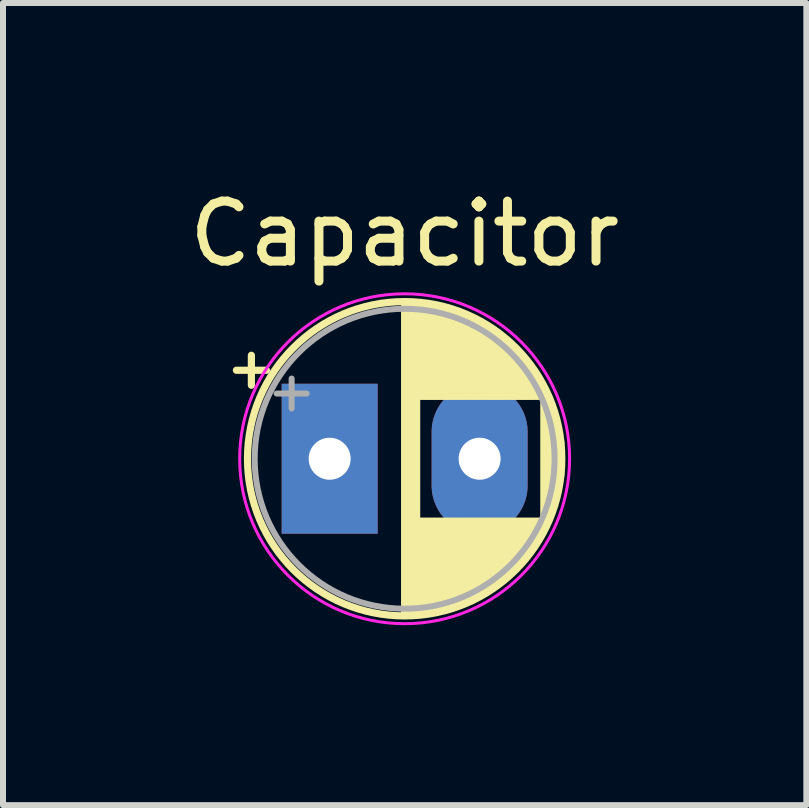
<source format=kicad_pcb>
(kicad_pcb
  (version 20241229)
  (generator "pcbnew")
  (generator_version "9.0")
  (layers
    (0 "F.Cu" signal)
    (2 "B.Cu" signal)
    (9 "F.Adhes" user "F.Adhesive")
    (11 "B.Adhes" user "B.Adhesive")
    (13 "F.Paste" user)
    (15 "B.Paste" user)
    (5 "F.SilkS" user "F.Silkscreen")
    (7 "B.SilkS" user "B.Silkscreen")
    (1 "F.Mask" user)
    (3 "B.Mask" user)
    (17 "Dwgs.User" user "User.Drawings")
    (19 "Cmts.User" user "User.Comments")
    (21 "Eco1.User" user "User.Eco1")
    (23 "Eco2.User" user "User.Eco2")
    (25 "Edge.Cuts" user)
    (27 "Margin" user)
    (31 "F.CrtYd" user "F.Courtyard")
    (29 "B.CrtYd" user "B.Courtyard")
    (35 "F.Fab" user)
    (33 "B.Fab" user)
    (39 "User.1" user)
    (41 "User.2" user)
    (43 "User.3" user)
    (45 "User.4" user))
  (footprint "Capacitor"
    (layer "F.Cu")
    (at 2.446 4.598)
    (property "Reference" "Capacitor" (at 1.25 -3.75 0) (layer "F.SilkS") (effects (font (size 1 1) (thickness 0.15))))
    (attr through_hole)
    (fp_line (start -1.555 -1.475) (end -1.055 -1.475) (stroke (width 0.12) (type solid)) (layer "F.SilkS"))
    (fp_line (start -1.305 -1.725) (end -1.305 -1.225) (stroke (width 0.12) (type solid)) (layer "F.SilkS"))
    (fp_line (start 1.25 -2.58) (end 1.25 2.58) (stroke (width 0.12) (type solid)) (layer "F.SilkS"))
    (fp_line (start 1.29 -2.58) (end 1.29 2.58) (stroke (width 0.12) (type solid)) (layer "F.SilkS"))
    (fp_line (start 1.33 -2.579) (end 1.33 2.579) (stroke (width 0.12) (type solid)) (layer "F.SilkS"))
    (fp_line (start 1.37 -2.578) (end 1.37 2.578) (stroke (width 0.12) (type solid)) (layer "F.SilkS"))
    (fp_line (start 1.41 -2.576) (end 1.41 2.576) (stroke (width 0.12) (type solid)) (layer "F.SilkS"))
    (fp_line (start 1.45 -2.573) (end 1.45 2.573) (stroke (width 0.12) (type solid)) (layer "F.SilkS"))
    (fp_line (start 1.49 -2.569) (end 1.49 -1.04) (stroke (width 0.12) (type solid)) (layer "F.SilkS"))
    (fp_line (start 1.49 1.04) (end 1.49 2.569) (stroke (width 0.12) (type solid)) (layer "F.SilkS"))
    (fp_line (start 1.53 -2.565) (end 1.53 -1.04) (stroke (width 0.12) (type solid)) (layer "F.SilkS"))
    (fp_line (start 1.53 1.04) (end 1.53 2.565) (stroke (width 0.12) (type solid)) (layer "F.SilkS"))
    (fp_line (start 1.57 -2.561) (end 1.57 -1.04) (stroke (width 0.12) (type solid)) (layer "F.SilkS"))
    (fp_line (start 1.57 1.04) (end 1.57 2.561) (stroke (width 0.12) (type solid)) (layer "F.SilkS"))
    (fp_line (start 1.61 -2.556) (end 1.61 -1.04) (stroke (width 0.12) (type solid)) (layer "F.SilkS"))
    (fp_line (start 1.61 1.04) (end 1.61 2.556) (stroke (width 0.12) (type solid)) (layer "F.SilkS"))
    (fp_line (start 1.65 -2.55) (end 1.65 -1.04) (stroke (width 0.12) (type solid)) (layer "F.SilkS"))
    (fp_line (start 1.65 1.04) (end 1.65 2.55) (stroke (width 0.12) (type solid)) (layer "F.SilkS"))
    (fp_line (start 1.69 -2.543) (end 1.69 -1.04) (stroke (width 0.12) (type solid)) (layer "F.SilkS"))
    (fp_line (start 1.69 1.04) (end 1.69 2.543) (stroke (width 0.12) (type solid)) (layer "F.SilkS"))
    (fp_line (start 1.73 -2.536) (end 1.73 -1.04) (stroke (width 0.12) (type solid)) (layer "F.SilkS"))
    (fp_line (start 1.73 1.04) (end 1.73 2.536) (stroke (width 0.12) (type solid)) (layer "F.SilkS"))
    (fp_line (start 1.77 -2.528) (end 1.77 -1.04) (stroke (width 0.12) (type solid)) (layer "F.SilkS"))
    (fp_line (start 1.77 1.04) (end 1.77 2.528) (stroke (width 0.12) (type solid)) (layer "F.SilkS"))
    (fp_line (start 1.81 -2.52) (end 1.81 -1.04) (stroke (width 0.12) (type solid)) (layer "F.SilkS"))
    (fp_line (start 1.81 1.04) (end 1.81 2.52) (stroke (width 0.12) (type solid)) (layer "F.SilkS"))
    (fp_line (start 1.85 -2.511) (end 1.85 -1.04) (stroke (width 0.12) (type solid)) (layer "F.SilkS"))
    (fp_line (start 1.85 1.04) (end 1.85 2.511) (stroke (width 0.12) (type solid)) (layer "F.SilkS"))
    (fp_line (start 1.89 -2.501) (end 1.89 -1.04) (stroke (width 0.12) (type solid)) (layer "F.SilkS"))
    (fp_line (start 1.89 1.04) (end 1.89 2.501) (stroke (width 0.12) (type solid)) (layer "F.SilkS"))
    (fp_line (start 1.93 -2.491) (end 1.93 -1.04) (stroke (width 0.12) (type solid)) (layer "F.SilkS"))
    (fp_line (start 1.93 1.04) (end 1.93 2.491) (stroke (width 0.12) (type solid)) (layer "F.SilkS"))
    (fp_line (start 1.971 -2.48) (end 1.971 -1.04) (stroke (width 0.12) (type solid)) (layer "F.SilkS"))
    (fp_line (start 1.971 1.04) (end 1.971 2.48) (stroke (width 0.12) (type solid)) (layer "F.SilkS"))
    (fp_line (start 2.011 -2.468) (end 2.011 -1.04) (stroke (width 0.12) (type solid)) (layer "F.SilkS"))
    (fp_line (start 2.011 1.04) (end 2.011 2.468) (stroke (width 0.12) (type solid)) (layer "F.SilkS"))
    (fp_line (start 2.051 -2.455) (end 2.051 -1.04) (stroke (width 0.12) (type solid)) (layer "F.SilkS"))
    (fp_line (start 2.051 1.04) (end 2.051 2.455) (stroke (width 0.12) (type solid)) (layer "F.SilkS"))
    (fp_line (start 2.091 -2.442) (end 2.091 -1.04) (stroke (width 0.12) (type solid)) (layer "F.SilkS"))
    (fp_line (start 2.091 1.04) (end 2.091 2.442) (stroke (width 0.12) (type solid)) (layer "F.SilkS"))
    (fp_line (start 2.131 -2.428) (end 2.131 -1.04) (stroke (width 0.12) (type solid)) (layer "F.SilkS"))
    (fp_line (start 2.131 1.04) (end 2.131 2.428) (stroke (width 0.12) (type solid)) (layer "F.SilkS"))
    (fp_line (start 2.171 -2.414) (end 2.171 -1.04) (stroke (width 0.12) (type solid)) (layer "F.SilkS"))
    (fp_line (start 2.171 1.04) (end 2.171 2.414) (stroke (width 0.12) (type solid)) (layer "F.SilkS"))
    (fp_line (start 2.211 -2.398) (end 2.211 -1.04) (stroke (width 0.12) (type solid)) (layer "F.SilkS"))
    (fp_line (start 2.211 1.04) (end 2.211 2.398) (stroke (width 0.12) (type solid)) (layer "F.SilkS"))
    (fp_line (start 2.251 -2.382) (end 2.251 -1.04) (stroke (width 0.12) (type solid)) (layer "F.SilkS"))
    (fp_line (start 2.251 1.04) (end 2.251 2.382) (stroke (width 0.12) (type solid)) (layer "F.SilkS"))
    (fp_line (start 2.291 -2.365) (end 2.291 -1.04) (stroke (width 0.12) (type solid)) (layer "F.SilkS"))
    (fp_line (start 2.291 1.04) (end 2.291 2.365) (stroke (width 0.12) (type solid)) (layer "F.SilkS"))
    (fp_line (start 2.331 -2.348) (end 2.331 -1.04) (stroke (width 0.12) (type solid)) (layer "F.SilkS"))
    (fp_line (start 2.331 1.04) (end 2.331 2.348) (stroke (width 0.12) (type solid)) (layer "F.SilkS"))
    (fp_line (start 2.371 -2.329) (end 2.371 -1.04) (stroke (width 0.12) (type solid)) (layer "F.SilkS"))
    (fp_line (start 2.371 1.04) (end 2.371 2.329) (stroke (width 0.12) (type solid)) (layer "F.SilkS"))
    (fp_line (start 2.411 -2.31) (end 2.411 -1.04) (stroke (width 0.12) (type solid)) (layer "F.SilkS"))
    (fp_line (start 2.411 1.04) (end 2.411 2.31) (stroke (width 0.12) (type solid)) (layer "F.SilkS"))
    (fp_line (start 2.451 -2.29) (end 2.451 -1.04) (stroke (width 0.12) (type solid)) (layer "F.SilkS"))
    (fp_line (start 2.451 1.04) (end 2.451 2.29) (stroke (width 0.12) (type solid)) (layer "F.SilkS"))
    (fp_line (start 2.491 -2.268) (end 2.491 -1.04) (stroke (width 0.12) (type solid)) (layer "F.SilkS"))
    (fp_line (start 2.491 1.04) (end 2.491 2.268) (stroke (width 0.12) (type solid)) (layer "F.SilkS"))
    (fp_line (start 2.531 -2.247) (end 2.531 -1.04) (stroke (width 0.12) (type solid)) (layer "F.SilkS"))
    (fp_line (start 2.531 1.04) (end 2.531 2.247) (stroke (width 0.12) (type solid)) (layer "F.SilkS"))
    (fp_line (start 2.571 -2.224) (end 2.571 -1.04) (stroke (width 0.12) (type solid)) (layer "F.SilkS"))
    (fp_line (start 2.571 1.04) (end 2.571 2.224) (stroke (width 0.12) (type solid)) (layer "F.SilkS"))
    (fp_line (start 2.611 -2.2) (end 2.611 -1.04) (stroke (width 0.12) (type solid)) (layer "F.SilkS"))
    (fp_line (start 2.611 1.04) (end 2.611 2.2) (stroke (width 0.12) (type solid)) (layer "F.SilkS"))
    (fp_line (start 2.651 -2.175) (end 2.651 -1.04) (stroke (width 0.12) (type solid)) (layer "F.SilkS"))
    (fp_line (start 2.651 1.04) (end 2.651 2.175) (stroke (width 0.12) (type solid)) (layer "F.SilkS"))
    (fp_line (start 2.691 -2.149) (end 2.691 -1.04) (stroke (width 0.12) (type solid)) (layer "F.SilkS"))
    (fp_line (start 2.691 1.04) (end 2.691 2.149) (stroke (width 0.12) (type solid)) (layer "F.SilkS"))
    (fp_line (start 2.731 -2.122) (end 2.731 -1.04) (stroke (width 0.12) (type solid)) (layer "F.SilkS"))
    (fp_line (start 2.731 1.04) (end 2.731 2.122) (stroke (width 0.12) (type solid)) (layer "F.SilkS"))
    (fp_line (start 2.771 -2.095) (end 2.771 -1.04) (stroke (width 0.12) (type solid)) (layer "F.SilkS"))
    (fp_line (start 2.771 1.04) (end 2.771 2.095) (stroke (width 0.12) (type solid)) (layer "F.SilkS"))
    (fp_line (start 2.811 -2.065) (end 2.811 -1.04) (stroke (width 0.12) (type solid)) (layer "F.SilkS"))
    (fp_line (start 2.811 1.04) (end 2.811 2.065) (stroke (width 0.12) (type solid)) (layer "F.SilkS"))
    (fp_line (start 2.851 -2.035) (end 2.851 -1.04) (stroke (width 0.12) (type solid)) (layer "F.SilkS"))
    (fp_line (start 2.851 1.04) (end 2.851 2.035) (stroke (width 0.12) (type solid)) (layer "F.SilkS"))
    (fp_line (start 2.891 -2.004) (end 2.891 -1.04) (stroke (width 0.12) (type solid)) (layer "F.SilkS"))
    (fp_line (start 2.891 1.04) (end 2.891 2.004) (stroke (width 0.12) (type solid)) (layer "F.SilkS"))
    (fp_line (start 2.931 -1.971) (end 2.931 -1.04) (stroke (width 0.12) (type solid)) (layer "F.SilkS"))
    (fp_line (start 2.931 1.04) (end 2.931 1.971) (stroke (width 0.12) (type solid)) (layer "F.SilkS"))
    (fp_line (start 2.971 -1.937) (end 2.971 -1.04) (stroke (width 0.12) (type solid)) (layer "F.SilkS"))
    (fp_line (start 2.971 1.04) (end 2.971 1.937) (stroke (width 0.12) (type solid)) (layer "F.SilkS"))
    (fp_line (start 3.011 -1.901) (end 3.011 -1.04) (stroke (width 0.12) (type solid)) (layer "F.SilkS"))
    (fp_line (start 3.011 1.04) (end 3.011 1.901) (stroke (width 0.12) (type solid)) (layer "F.SilkS"))
    (fp_line (start 3.051 -1.864) (end 3.051 -1.04) (stroke (width 0.12) (type solid)) (layer "F.SilkS"))
    (fp_line (start 3.051 1.04) (end 3.051 1.864) (stroke (width 0.12) (type solid)) (layer "F.SilkS"))
    (fp_line (start 3.091 -1.826) (end 3.091 -1.04) (stroke (width 0.12) (type solid)) (layer "F.SilkS"))
    (fp_line (start 3.091 1.04) (end 3.091 1.826) (stroke (width 0.12) (type solid)) (layer "F.SilkS"))
    (fp_line (start 3.131 -1.785) (end 3.131 -1.04) (stroke (width 0.12) (type solid)) (layer "F.SilkS"))
    (fp_line (start 3.131 1.04) (end 3.131 1.785) (stroke (width 0.12) (type solid)) (layer "F.SilkS"))
    (fp_line (start 3.171 -1.743) (end 3.171 -1.04) (stroke (width 0.12) (type solid)) (layer "F.SilkS"))
    (fp_line (start 3.171 1.04) (end 3.171 1.743) (stroke (width 0.12) (type solid)) (layer "F.SilkS"))
    (fp_line (start 3.211 -1.699) (end 3.211 -1.04) (stroke (width 0.12) (type solid)) (layer "F.SilkS"))
    (fp_line (start 3.211 1.04) (end 3.211 1.699) (stroke (width 0.12) (type solid)) (layer "F.SilkS"))
    (fp_line (start 3.251 -1.653) (end 3.251 -1.04) (stroke (width 0.12) (type solid)) (layer "F.SilkS"))
    (fp_line (start 3.251 1.04) (end 3.251 1.653) (stroke (width 0.12) (type solid)) (layer "F.SilkS"))
    (fp_line (start 3.291 -1.605) (end 3.291 -1.04) (stroke (width 0.12) (type solid)) (layer "F.SilkS"))
    (fp_line (start 3.291 1.04) (end 3.291 1.605) (stroke (width 0.12) (type solid)) (layer "F.SilkS"))
    (fp_line (start 3.331 -1.554) (end 3.331 -1.04) (stroke (width 0.12) (type solid)) (layer "F.SilkS"))
    (fp_line (start 3.331 1.04) (end 3.331 1.554) (stroke (width 0.12) (type solid)) (layer "F.SilkS"))
    (fp_line (start 3.371 -1.5) (end 3.371 -1.04) (stroke (width 0.12) (type solid)) (layer "F.SilkS"))
    (fp_line (start 3.371 1.04) (end 3.371 1.5) (stroke (width 0.12) (type solid)) (layer "F.SilkS"))
    (fp_line (start 3.411 -1.443) (end 3.411 -1.04) (stroke (width 0.12) (type solid)) (layer "F.SilkS"))
    (fp_line (start 3.411 1.04) (end 3.411 1.443) (stroke (width 0.12) (type solid)) (layer "F.SilkS"))
    (fp_line (start 3.451 -1.383) (end 3.451 -1.04) (stroke (width 0.12) (type solid)) (layer "F.SilkS"))
    (fp_line (start 3.451 1.04) (end 3.451 1.383) (stroke (width 0.12) (type solid)) (layer "F.SilkS"))
    (fp_line (start 3.491 -1.319) (end 3.491 -1.04) (stroke (width 0.12) (type solid)) (layer "F.SilkS"))
    (fp_line (start 3.491 1.04) (end 3.491 1.319) (stroke (width 0.12) (type solid)) (layer "F.SilkS"))
    (fp_line (start 3.531 -1.251) (end 3.531 -1.04) (stroke (width 0.12) (type solid)) (layer "F.SilkS"))
    (fp_line (start 3.531 1.04) (end 3.531 1.251) (stroke (width 0.12) (type solid)) (layer "F.SilkS"))
    (fp_line (start 3.571 -1.178) (end 3.571 1.178) (stroke (width 0.12) (type solid)) (layer "F.SilkS"))
    (fp_line (start 3.611 -1.098) (end 3.611 1.098) (stroke (width 0.12) (type solid)) (layer "F.SilkS"))
    (fp_line (start 3.651 -1.011) (end 3.651 1.011) (stroke (width 0.12) (type solid)) (layer "F.SilkS"))
    (fp_line (start 3.691 -0.915) (end 3.691 0.915) (stroke (width 0.12) (type solid)) (layer "F.SilkS"))
    (fp_line (start 3.731 -0.805) (end 3.731 0.805) (stroke (width 0.12) (type solid)) (layer "F.SilkS"))
    (fp_line (start 3.771 -0.677) (end 3.771 0.677) (stroke (width 0.12) (type solid)) (layer "F.SilkS"))
    (fp_line (start 3.811 -0.518) (end 3.811 0.518) (stroke (width 0.12) (type solid)) (layer "F.SilkS"))
    (fp_line (start 3.851 -0.284) (end 3.851 0.284) (stroke (width 0.12) (type solid)) (layer "F.SilkS"))
    (fp_circle (center 1.25 0) (end 3.87 0) (stroke (width 0.12) (type solid)) (fill no) (layer "F.SilkS"))
    (fp_circle (center 1.25 0) (end 4 0) (stroke (width 0.05) (type solid)) (fill no) (layer "F.CrtYd"))
    (fp_line (start -0.884 -1.087) (end -0.384 -1.087) (stroke (width 0.1) (type solid)) (layer "F.Fab"))
    (fp_line (start -0.634 -1.337) (end -0.634 -0.838) (stroke (width 0.1) (type solid)) (layer "F.Fab"))
    (fp_circle (center 1.25 0) (end 3.75 0) (stroke (width 0.1) (type solid)) (fill no) (layer "F.Fab"))
    (pad "1" thru_hole rect (at 0 0) (size 1.6 2.5) (drill 0.7) (layers "*.Cu" "*.Mask"))
    (pad "2" thru_hole oval (at 2.5 0) (size 1.6 2.5) (drill 0.7) (layers "*.Cu" "*.Mask")))
  (gr_rect
    (start -3 -3)
    (end 10.393 10.373)
    (stroke (width 0.1) (type default))
    (fill no)
    (layer "Edge.Cuts")))
</source>
